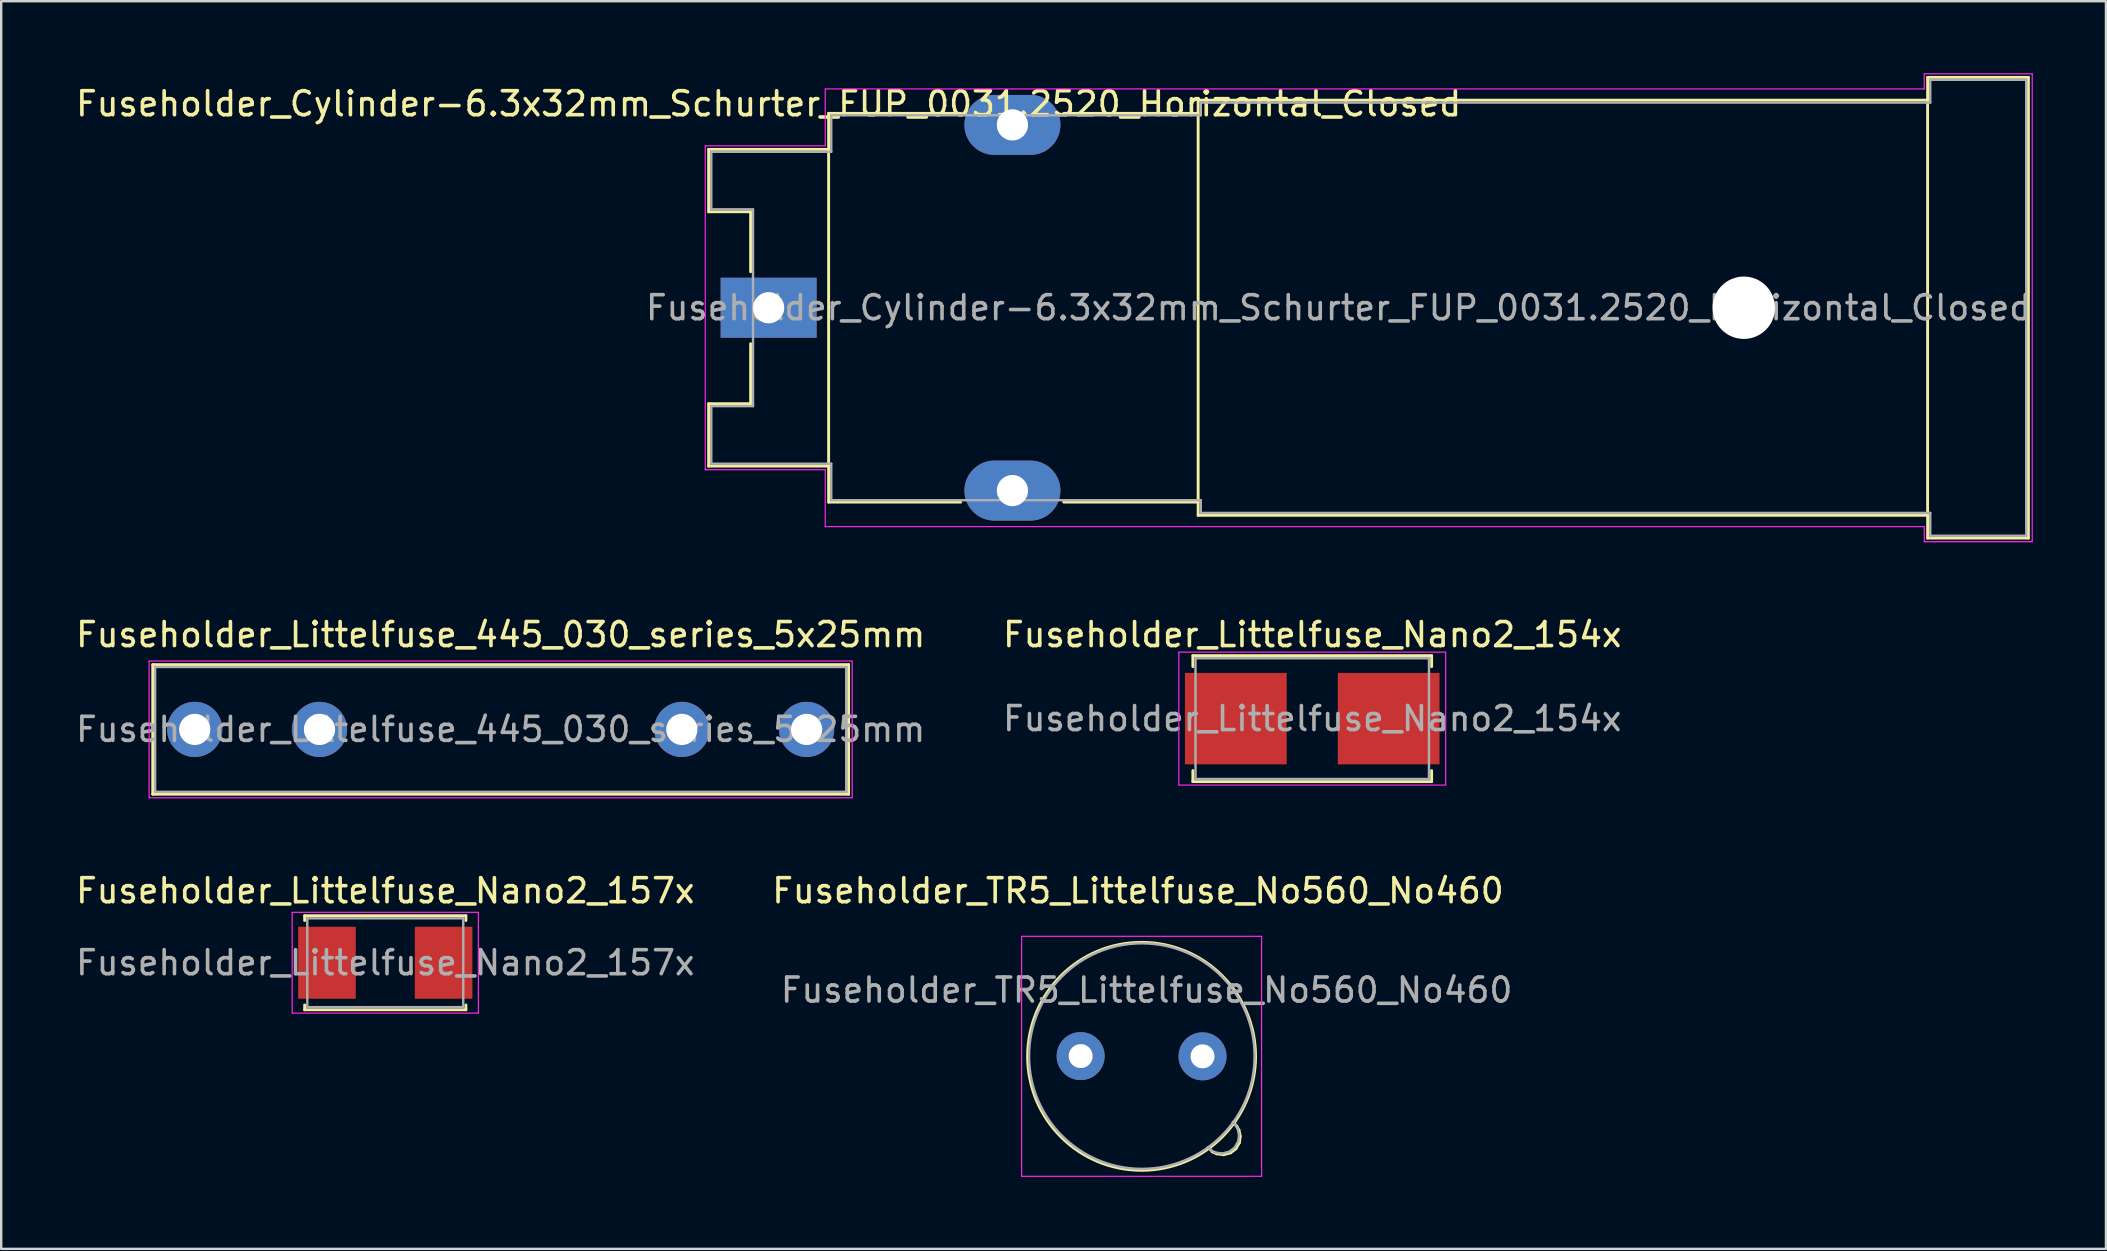
<source format=kicad_pcb>
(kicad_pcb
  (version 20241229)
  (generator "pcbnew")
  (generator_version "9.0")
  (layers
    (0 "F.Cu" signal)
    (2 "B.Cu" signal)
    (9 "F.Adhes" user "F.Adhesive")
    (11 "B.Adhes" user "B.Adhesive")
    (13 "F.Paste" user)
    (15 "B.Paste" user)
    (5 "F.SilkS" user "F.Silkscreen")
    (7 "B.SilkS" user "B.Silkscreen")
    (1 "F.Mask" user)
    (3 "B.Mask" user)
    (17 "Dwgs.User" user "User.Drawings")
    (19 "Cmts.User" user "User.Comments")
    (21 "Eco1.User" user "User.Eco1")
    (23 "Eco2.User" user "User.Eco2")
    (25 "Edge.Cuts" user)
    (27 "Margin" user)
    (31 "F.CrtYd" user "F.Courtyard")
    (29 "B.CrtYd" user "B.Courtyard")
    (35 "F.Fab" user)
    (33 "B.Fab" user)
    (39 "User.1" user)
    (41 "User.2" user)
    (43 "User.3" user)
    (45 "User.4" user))
  (footprint "Fuseholder_Cylinder-6.3x32mm_Schurter_FUP_0031.2520_Horizontal_Closed"
    (layer "F.Cu")
    (at 28.982 9.775)
    (property "Reference" "Fuseholder_Cylinder-6.3x32mm_Schurter_FUP_0031.2520_Horizontal_Closed" (at 0 -8.5 0) (layer "F.SilkS") (effects (font (size 1 1) (thickness 0.15))))
    (attr through_hole)
    (fp_line (start -2.5 -6.6) (end 2.5 -6.6) (stroke (width 0.12) (type solid)) (layer "F.SilkS"))
    (fp_line (start -2.5 -4) (end -2.5 -6.6) (stroke (width 0.12) (type solid)) (layer "F.SilkS"))
    (fp_line (start -2.5 4) (end -0.75 4) (stroke (width 0.12) (type solid)) (layer "F.SilkS"))
    (fp_line (start -2.5 6.6) (end -2.5 4) (stroke (width 0.12) (type solid)) (layer "F.SilkS"))
    (fp_line (start -2.5 6.6) (end 2.5 6.6) (stroke (width 0.12) (type solid)) (layer "F.SilkS"))
    (fp_line (start -0.75 -4) (end -2.5 -4) (stroke (width 0.12) (type solid)) (layer "F.SilkS"))
    (fp_line (start -0.75 -1.5) (end -0.75 -4) (stroke (width 0.12) (type solid)) (layer "F.SilkS"))
    (fp_line (start -0.75 4) (end -0.75 1.5) (stroke (width 0.12) (type solid)) (layer "F.SilkS"))
    (fp_line (start 2.5 -8.1) (end 8 -8.1) (stroke (width 0.12) (type solid)) (layer "F.SilkS"))
    (fp_line (start 2.5 8.1) (end 2.5 -8.1) (stroke (width 0.12) (type solid)) (layer "F.SilkS"))
    (fp_line (start 2.5 8.1) (end 8 8.1) (stroke (width 0.12) (type solid)) (layer "F.SilkS"))
    (fp_line (start 12.3 -8.1) (end 17.9 -8.1) (stroke (width 0.12) (type solid)) (layer "F.SilkS"))
    (fp_line (start 12.3 8.1) (end 17.9 8.1) (stroke (width 0.12) (type solid)) (layer "F.SilkS"))
    (fp_line (start 17.9 -8.65) (end 48.3 -8.65) (stroke (width 0.12) (type solid)) (layer "F.SilkS"))
    (fp_line (start 17.9 8.65) (end 17.9 -8.65) (stroke (width 0.12) (type solid)) (layer "F.SilkS"))
    (fp_line (start 17.9 8.65) (end 48.3 8.65) (stroke (width 0.12) (type solid)) (layer "F.SilkS"))
    (fp_line (start 48.3 -9.6) (end 52.5 -9.6) (stroke (width 0.12) (type solid)) (layer "F.SilkS"))
    (fp_line (start 48.3 9.6) (end 48.3 -9.6) (stroke (width 0.12) (type solid)) (layer "F.SilkS"))
    (fp_line (start 48.3 9.6) (end 52.5 9.6) (stroke (width 0.12) (type solid)) (layer "F.SilkS"))
    (fp_line (start 52.5 -9.6) (end 52.5 9.6) (stroke (width 0.12) (type solid)) (layer "F.SilkS"))
    (fp_line (start -2.64 -6.75) (end 2.36 -6.75) (stroke (width 0.05) (type solid)) (layer "F.CrtYd"))
    (fp_line (start -2.64 6.75) (end -2.64 -6.75) (stroke (width 0.05) (type solid)) (layer "F.CrtYd"))
    (fp_line (start -2.64 6.75) (end 2.36 6.75) (stroke (width 0.05) (type solid)) (layer "F.CrtYd"))
    (fp_line (start 2.36 -9.12) (end 2.36 -6.75) (stroke (width 0.05) (type solid)) (layer "F.CrtYd"))
    (fp_line (start 2.36 -9.12) (end 48.16 -9.12) (stroke (width 0.05) (type solid)) (layer "F.CrtYd"))
    (fp_line (start 2.36 6.75) (end 2.36 9.12) (stroke (width 0.05) (type solid)) (layer "F.CrtYd"))
    (fp_line (start 48.16 -9.75) (end 48.16 -9.12) (stroke (width 0.05) (type solid)) (layer "F.CrtYd"))
    (fp_line (start 48.16 -9.75) (end 52.66 -9.75) (stroke (width 0.05) (type solid)) (layer "F.CrtYd"))
    (fp_line (start 48.16 9.12) (end 2.36 9.12) (stroke (width 0.05) (type solid)) (layer "F.CrtYd"))
    (fp_line (start 48.16 9.12) (end 48.16 9.75) (stroke (width 0.05) (type solid)) (layer "F.CrtYd"))
    (fp_line (start 48.16 9.75) (end 52.66 9.75) (stroke (width 0.05) (type solid)) (layer "F.CrtYd"))
    (fp_line (start 52.66 -9.75) (end 52.66 9.75) (stroke (width 0.05) (type solid)) (layer "F.CrtYd"))
    (fp_line (start -2.39 -4.1) (end -2.39 -6.5) (stroke (width 0.1) (type solid)) (layer "F.Fab"))
    (fp_line (start -2.39 -4.1) (end -0.65 -4.1) (stroke (width 0.1) (type solid)) (layer "F.Fab"))
    (fp_line (start -2.39 4.1) (end -2.39 6.5) (stroke (width 0.1) (type solid)) (layer "F.Fab"))
    (fp_line (start -2.39 6.5) (end 2.61 6.5) (stroke (width 0.1) (type solid)) (layer "F.Fab"))
    (fp_line (start -0.65 -4.1) (end -0.65 4.1) (stroke (width 0.1) (type solid)) (layer "F.Fab"))
    (fp_line (start -0.65 4.1) (end -2.39 4.1) (stroke (width 0.1) (type solid)) (layer "F.Fab"))
    (fp_line (start 2.61 -8.02) (end 2.61 -6.5) (stroke (width 0.1) (type solid)) (layer "F.Fab"))
    (fp_line (start 2.61 -6.5) (end -2.39 -6.5) (stroke (width 0.1) (type solid)) (layer "F.Fab"))
    (fp_line (start 2.61 6.5) (end 2.61 8.02) (stroke (width 0.1) (type solid)) (layer "F.Fab"))
    (fp_line (start 2.61 8.02) (end 18.01 8.02) (stroke (width 0.1) (type solid)) (layer "F.Fab"))
    (fp_line (start 18.01 -8.55) (end 18.01 -8.02) (stroke (width 0.1) (type solid)) (layer "F.Fab"))
    (fp_line (start 18.01 -8.02) (end 2.61 -8.02) (stroke (width 0.1) (type solid)) (layer "F.Fab"))
    (fp_line (start 18.01 8.02) (end 18.01 8.55) (stroke (width 0.1) (type solid)) (layer "F.Fab"))
    (fp_line (start 18.01 8.55) (end 48.41 8.55) (stroke (width 0.1) (type solid)) (layer "F.Fab"))
    (fp_line (start 48.41 -9.5) (end 48.41 -8.55) (stroke (width 0.1) (type solid)) (layer "F.Fab"))
    (fp_line (start 48.41 -8.55) (end 18.01 -8.55) (stroke (width 0.1) (type solid)) (layer "F.Fab"))
    (fp_line (start 48.41 8.55) (end 48.41 9.5) (stroke (width 0.1) (type solid)) (layer "F.Fab"))
    (fp_line (start 48.41 9.5) (end 52.41 9.5) (stroke (width 0.1) (type solid)) (layer "F.Fab"))
    (fp_line (start 52.41 -9.5) (end 48.41 -9.5) (stroke (width 0.1) (type solid)) (layer "F.Fab"))
    (fp_line (start 52.41 -9.5) (end 52.41 9.5) (stroke (width 0.1) (type solid)) (layer "F.Fab"))
    (fp_text user "${REFERENCE}" (at 23.75 0 0) (layer "F.Fab") (effects (font (size 1 1) (thickness 0.15))))
    (pad "" np_thru_hole circle (at 40.64 0) (size 2.6 2.6) (drill 2.6) (layers "*.Cu" "*.Mask"))
    (pad "1" thru_hole rect (at 0 0) (size 4 2.5) (drill 1.3) (layers "*.Cu" "*.Mask"))
    (pad "2" thru_hole oval (at 10.16 -7.62) (size 4 2.5) (drill 1.3) (layers "*.Cu" "*.Mask"))
    (pad "2" thru_hole oval (at 10.16 7.62) (size 4 2.5) (drill 1.3) (layers "*.Cu" "*.Mask")))
  (footprint "Fuseholder_Littelfuse_Nano2_157x"
    (layer "F.Cu")
    (at 13.006 37.072)
    (property "Reference" "Fuseholder_Littelfuse_Nano2_157x" (at 0 -3 0) (layer "F.SilkS") (effects (font (size 1 1) (thickness 0.15))))
    (attr smd)
    (fp_line (start -3.36 -1.96) (end -3.36 -1.76) (stroke (width 0.12) (type solid)) (layer "F.SilkS"))
    (fp_line (start -3.36 -1.96) (end 3.36 -1.96) (stroke (width 0.12) (type solid)) (layer "F.SilkS"))
    (fp_line (start -3.36 1.76) (end -3.36 1.96) (stroke (width 0.12) (type solid)) (layer "F.SilkS"))
    (fp_line (start -3.36 1.96) (end 3.36 1.96) (stroke (width 0.12) (type solid)) (layer "F.SilkS"))
    (fp_line (start 3.36 -1.96) (end 3.36 -1.76) (stroke (width 0.12) (type solid)) (layer "F.SilkS"))
    (fp_line (start 3.36 1.76) (end 3.36 1.96) (stroke (width 0.12) (type solid)) (layer "F.SilkS"))
    (fp_line (start -3.88 -2.1) (end -3.88 2.1) (stroke (width 0.05) (type solid)) (layer "F.CrtYd"))
    (fp_line (start -3.88 -2.1) (end 3.88 -2.1) (stroke (width 0.05) (type solid)) (layer "F.CrtYd"))
    (fp_line (start -3.88 2.1) (end 3.88 2.1) (stroke (width 0.05) (type solid)) (layer "F.CrtYd"))
    (fp_line (start 3.88 -2.1) (end 3.88 2.1) (stroke (width 0.05) (type solid)) (layer "F.CrtYd"))
    (fp_line (start -3.25 -1.85) (end -3.25 1.85) (stroke (width 0.1) (type solid)) (layer "F.Fab"))
    (fp_line (start -3.25 -1.85) (end 3.25 -1.85) (stroke (width 0.1) (type solid)) (layer "F.Fab"))
    (fp_line (start -3.25 1.85) (end 3.25 1.85) (stroke (width 0.1) (type solid)) (layer "F.Fab"))
    (fp_line (start 3.25 -1.85) (end 3.25 1.85) (stroke (width 0.1) (type solid)) (layer "F.Fab"))
    (fp_text user "${REFERENCE}" (at 0 0 0) (layer "F.Fab") (effects (font (size 1 1) (thickness 0.15))))
    (pad "1" smd rect (at -2.43 0) (size 2.4 3) (layers "F.Cu" "F.Mask" "F.Paste"))
    (pad "2" smd rect (at 2.43 0) (size 2.4 3) (layers "F.Cu" "F.Mask" "F.Paste")))
  (footprint "Fuseholder_Littelfuse_445_030_series_5x25mm"
    (layer "F.Cu")
    (at 5.065 27.348)
    (property "Reference" "Fuseholder_Littelfuse_445_030_series_5x25mm" (at 12.75 -3.95 0) (unlocked yes) (layer "F.SilkS") (effects (font (size 1 1) (thickness 0.15))))
    (attr through_hole)
    (fp_line (start -1.75 -2.7) (end 27.25 -2.7) (stroke (width 0.12) (type solid)) (layer "F.SilkS"))
    (fp_line (start -1.75 2.7) (end -1.75 -2.7) (stroke (width 0.12) (type solid)) (layer "F.SilkS"))
    (fp_line (start 27.25 -2.7) (end 27.25 2.7) (stroke (width 0.12) (type solid)) (layer "F.SilkS"))
    (fp_line (start 27.25 2.7) (end -1.75 2.7) (stroke (width 0.12) (type solid)) (layer "F.SilkS"))
    (fp_line (start -1.9 -2.85) (end 27.4 -2.85) (stroke (width 0.05) (type solid)) (layer "F.CrtYd"))
    (fp_line (start -1.9 2.85) (end -1.9 -2.85) (stroke (width 0.05) (type solid)) (layer "F.CrtYd"))
    (fp_line (start 27.4 -2.85) (end 27.4 2.85) (stroke (width 0.05) (type solid)) (layer "F.CrtYd"))
    (fp_line (start 27.4 2.85) (end -1.9 2.85) (stroke (width 0.05) (type solid)) (layer "F.CrtYd"))
    (fp_line (start -1.65 -2.6) (end 27.15 -2.6) (stroke (width 0.1) (type solid)) (layer "F.Fab"))
    (fp_line (start -1.65 2.6) (end -1.65 -2.6) (stroke (width 0.1) (type solid)) (layer "F.Fab"))
    (fp_line (start 27.15 -2.6) (end 27.15 2.6) (stroke (width 0.1) (type solid)) (layer "F.Fab"))
    (fp_line (start 27.15 2.6) (end -1.65 2.6) (stroke (width 0.1) (type solid)) (layer "F.Fab"))
    (fp_text user "${REFERENCE}" (at 12.75 0 0) (unlocked yes) (layer "F.Fab") (effects (font (size 1 1) (thickness 0.15))))
    (pad "1" thru_hole circle (at 0 0) (size 2.3 2.3) (drill 1.3) (layers "*.Cu" "*.Mask"))
    (pad "1" thru_hole circle (at 5.2 0) (size 2.3 2.3) (drill 1.3) (layers "*.Cu" "*.Mask"))
    (pad "2" thru_hole circle (at 20.3 0) (size 2.3 2.3) (drill 1.3) (layers "*.Cu" "*.Mask"))
    (pad "2" thru_hole circle (at 25.5 0) (size 2.3 2.3) (drill 1.3) (layers "*.Cu" "*.Mask")))
  (footprint "Fuseholder_TR5_Littelfuse_No560_No460"
    (layer "F.Cu")
    (at 41.985 40.962)
    (property "Reference" "Fuseholder_TR5_Littelfuse_No560_No460" (at 2.39 -6.89 0) (layer "F.SilkS") (effects (font (size 1 1) (thickness 0.15))))
    (attr through_hole)
    (fp_line (start 5.49 3.99) (end 5.36 3.84) (stroke (width 0.12) (type solid)) (layer "F.SilkS"))
    (fp_line (start 5.67 4.07) (end 5.49 3.99) (stroke (width 0.12) (type solid)) (layer "F.SilkS"))
    (fp_line (start 5.96 4.11) (end 5.67 4.07) (stroke (width 0.12) (type solid)) (layer "F.SilkS"))
    (fp_line (start 6.25 4.03) (end 5.96 4.11) (stroke (width 0.12) (type solid)) (layer "F.SilkS"))
    (fp_line (start 6.39 2.79) (end 6.51 2.93) (stroke (width 0.12) (type solid)) (layer "F.SilkS"))
    (fp_line (start 6.47 3.86) (end 6.25 4.03) (stroke (width 0.12) (type solid)) (layer "F.SilkS"))
    (fp_line (start 6.51 2.93) (end 6.6 3.09) (stroke (width 0.12) (type solid)) (layer "F.SilkS"))
    (fp_line (start 6.6 3.09) (end 6.65 3.34) (stroke (width 0.12) (type solid)) (layer "F.SilkS"))
    (fp_line (start 6.62 3.6) (end 6.47 3.86) (stroke (width 0.12) (type solid)) (layer "F.SilkS"))
    (fp_line (start 6.65 3.34) (end 6.62 3.6) (stroke (width 0.12) (type solid)) (layer "F.SilkS"))
    (fp_circle (center 2.54 0.01) (end 7.29 0.01) (stroke (width 0.12) (type solid)) (fill no) (layer "F.SilkS"))
    (fp_line (start -2.46 -4.99) (end -2.46 5.01) (stroke (width 0.05) (type solid)) (layer "F.CrtYd"))
    (fp_line (start -2.46 -4.99) (end 7.54 -4.99) (stroke (width 0.05) (type solid)) (layer "F.CrtYd"))
    (fp_line (start 7.54 5.01) (end -2.46 5.01) (stroke (width 0.05) (type solid)) (layer "F.CrtYd"))
    (fp_line (start 7.54 5.01) (end 7.54 -4.99) (stroke (width 0.05) (type solid)) (layer "F.CrtYd"))
    (fp_line (start 5.44 3.94) (end 5.31 3.79) (stroke (width 0.1) (type solid)) (layer "F.Fab"))
    (fp_line (start 5.62 4.02) (end 5.44 3.94) (stroke (width 0.1) (type solid)) (layer "F.Fab"))
    (fp_line (start 5.91 4.06) (end 5.62 4.02) (stroke (width 0.1) (type solid)) (layer "F.Fab"))
    (fp_line (start 6.2 3.98) (end 5.91 4.06) (stroke (width 0.1) (type solid)) (layer "F.Fab"))
    (fp_line (start 6.34 2.74) (end 6.46 2.88) (stroke (width 0.1) (type solid)) (layer "F.Fab"))
    (fp_line (start 6.42 3.81) (end 6.2 3.98) (stroke (width 0.1) (type solid)) (layer "F.Fab"))
    (fp_line (start 6.46 2.88) (end 6.55 3.04) (stroke (width 0.1) (type solid)) (layer "F.Fab"))
    (fp_line (start 6.55 3.04) (end 6.6 3.29) (stroke (width 0.1) (type solid)) (layer "F.Fab"))
    (fp_line (start 6.57 3.55) (end 6.42 3.81) (stroke (width 0.1) (type solid)) (layer "F.Fab"))
    (fp_line (start 6.6 3.29) (end 6.57 3.55) (stroke (width 0.1) (type solid)) (layer "F.Fab"))
    (fp_circle (center 2.55 0) (end 7.25 0) (stroke (width 0.1) (type solid)) (fill no) (layer "F.Fab"))
    (fp_text user "${REFERENCE}" (at 2.75 -2.75 0) (layer "F.Fab") (effects (font (size 1 1) (thickness 0.15))))
    (pad "1" thru_hole circle (at 0 0) (size 2 2) (drill 1) (layers "*.Cu" "*.Mask"))
    (pad "2" thru_hole circle (at 5.08 0.01) (size 2 2) (drill 1) (layers "*.Cu" "*.Mask")))
  (footprint "Fuseholder_Littelfuse_Nano2_154x"
    (layer "F.Cu")
    (at 51.637 26.898)
    (property "Reference" "Fuseholder_Littelfuse_Nano2_154x" (at 0 -3.5 0) (unlocked yes) (layer "F.SilkS") (effects (font (size 1 1) (thickness 0.15))))
    (attr smd)
    (fp_line (start -4.975 -2.625) (end -4.975 -2.165) (stroke (width 0.12) (type solid)) (layer "F.SilkS"))
    (fp_line (start -4.975 -2.625) (end 4.975 -2.625) (stroke (width 0.12) (type solid)) (layer "F.SilkS"))
    (fp_line (start -4.975 2.165) (end -4.975 2.625) (stroke (width 0.12) (type solid)) (layer "F.SilkS"))
    (fp_line (start -4.975 2.625) (end 4.975 2.625) (stroke (width 0.12) (type solid)) (layer "F.SilkS"))
    (fp_line (start 4.975 -2.625) (end 4.975 -2.165) (stroke (width 0.12) (type solid)) (layer "F.SilkS"))
    (fp_line (start 4.975 2.625) (end 4.975 2.165) (stroke (width 0.12) (type solid)) (layer "F.SilkS"))
    (fp_line (start -5.56 -2.77) (end -5.56 2.77) (stroke (width 0.05) (type solid)) (layer "F.CrtYd"))
    (fp_line (start -5.56 -2.77) (end 5.56 -2.77) (stroke (width 0.05) (type solid)) (layer "F.CrtYd"))
    (fp_line (start -5.56 2.77) (end 5.56 2.77) (stroke (width 0.05) (type solid)) (layer "F.CrtYd"))
    (fp_line (start 5.56 -2.77) (end 5.56 2.77) (stroke (width 0.05) (type solid)) (layer "F.CrtYd"))
    (fp_line (start -4.865 -2.515) (end -4.865 2.515) (stroke (width 0.1) (type solid)) (layer "F.Fab"))
    (fp_line (start -4.865 -2.515) (end 4.865 -2.515) (stroke (width 0.1) (type solid)) (layer "F.Fab"))
    (fp_line (start -4.865 2.515) (end 4.865 2.515) (stroke (width 0.1) (type solid)) (layer "F.Fab"))
    (fp_line (start 4.865 2.515) (end 4.865 -2.515) (stroke (width 0.1) (type solid)) (layer "F.Fab"))
    (fp_text user "${REFERENCE}" (at 0 0 0) (layer "F.Fab") (effects (font (size 1 1) (thickness 0.15))))
    (pad "1" smd rect (at -3.185 0) (size 4.24 3.81) (layers "F.Cu" "F.Mask" "F.Paste"))
    (pad "2" smd rect (at 3.185 0) (size 4.24 3.81) (layers "F.Cu" "F.Mask" "F.Paste")))
  (gr_rect
    (start -3 -3)
    (end 84.714 48.996)
    (stroke (width 0.1) (type default))
    (fill no)
    (layer "Edge.Cuts")))
</source>
